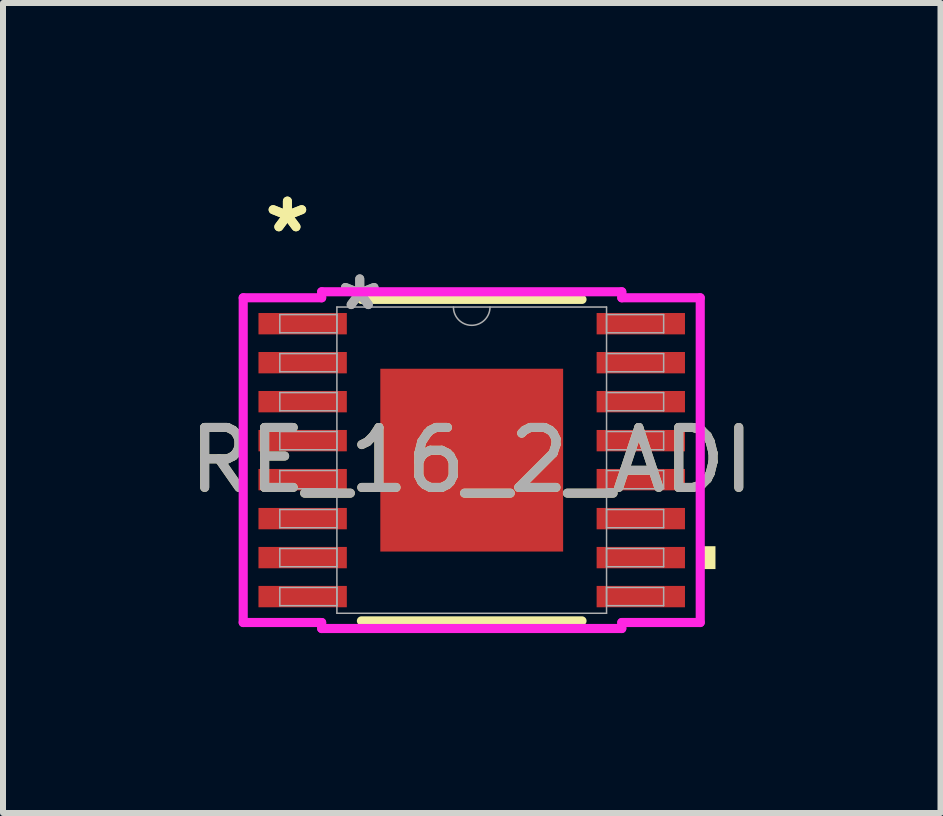
<source format=kicad_pcb>
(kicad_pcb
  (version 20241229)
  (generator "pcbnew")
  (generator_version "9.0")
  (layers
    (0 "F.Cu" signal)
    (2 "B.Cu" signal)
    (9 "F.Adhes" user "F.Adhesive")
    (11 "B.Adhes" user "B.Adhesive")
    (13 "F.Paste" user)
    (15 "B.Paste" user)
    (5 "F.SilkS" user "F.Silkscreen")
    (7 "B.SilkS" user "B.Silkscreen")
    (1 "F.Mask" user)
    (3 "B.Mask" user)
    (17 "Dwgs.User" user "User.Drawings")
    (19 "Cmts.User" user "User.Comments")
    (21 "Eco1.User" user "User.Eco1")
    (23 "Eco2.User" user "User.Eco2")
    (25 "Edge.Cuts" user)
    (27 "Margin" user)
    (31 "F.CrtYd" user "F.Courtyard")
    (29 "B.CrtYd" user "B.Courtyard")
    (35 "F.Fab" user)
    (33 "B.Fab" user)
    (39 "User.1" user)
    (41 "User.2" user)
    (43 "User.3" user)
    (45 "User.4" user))
  (footprint "RE_16_2_ADI"
    (layer "F.Cu")
    (at 4.815 4.622)
    (property "Reference" "RE_16_2_ADI" (at 0 0 0) (unlocked yes) (layer "F.SilkS") (effects (font (size 1 1) (thickness 0.15))))
    (attr smd)
    (fp_line (start -1.839 2.68) (end 1.839 2.68) (stroke (width 0.152) (type solid)) (layer "F.SilkS"))
    (fp_line (start 1.839 -2.68) (end -1.839 -2.68) (stroke (width 0.152) (type solid)) (layer "F.SilkS"))
    (fp_poly (pts (xy 4.064 1.435) (xy 4.064 1.816) (xy 3.81 1.816) (xy 3.81 1.435)) (stroke (width 0) (type solid)) (fill yes) (layer "F.SilkS"))
    (fp_poly (pts (xy -1.424 -1.424) (xy -1.424 -0.1) (xy -0.1 -0.1) (xy -0.1 -1.424)) (stroke (width 0) (type solid)) (fill yes) (layer "F.Paste"))
    (fp_poly (pts (xy -1.424 0.1) (xy -1.424 1.424) (xy -0.1 1.424) (xy -0.1 0.1)) (stroke (width 0) (type solid)) (fill yes) (layer "F.Paste"))
    (fp_poly (pts (xy 0.1 -1.424) (xy 0.1 -0.1) (xy 1.424 -0.1) (xy 1.424 -1.424)) (stroke (width 0) (type solid)) (fill yes) (layer "F.Paste"))
    (fp_poly (pts (xy 0.1 0.1) (xy 0.1 1.424) (xy 1.424 1.424) (xy 1.424 0.1)) (stroke (width 0) (type solid)) (fill yes) (layer "F.Paste"))
    (fp_line (start -3.81 -2.707) (end -2.502 -2.707) (stroke (width 0.152) (type solid)) (layer "F.CrtYd"))
    (fp_line (start -3.81 2.707) (end -3.81 -2.707) (stroke (width 0.152) (type solid)) (layer "F.CrtYd"))
    (fp_line (start -3.81 2.707) (end -2.502 2.707) (stroke (width 0.152) (type solid)) (layer "F.CrtYd"))
    (fp_line (start -2.502 -2.807) (end 2.502 -2.807) (stroke (width 0.152) (type solid)) (layer "F.CrtYd"))
    (fp_line (start -2.502 -2.707) (end -2.502 -2.807) (stroke (width 0.152) (type solid)) (layer "F.CrtYd"))
    (fp_line (start -2.502 2.807) (end -2.502 2.707) (stroke (width 0.152) (type solid)) (layer "F.CrtYd"))
    (fp_line (start 2.502 -2.807) (end 2.502 -2.707) (stroke (width 0.152) (type solid)) (layer "F.CrtYd"))
    (fp_line (start 2.502 2.707) (end 2.502 2.807) (stroke (width 0.152) (type solid)) (layer "F.CrtYd"))
    (fp_line (start 2.502 2.807) (end -2.502 2.807) (stroke (width 0.152) (type solid)) (layer "F.CrtYd"))
    (fp_line (start 3.81 -2.707) (end 2.502 -2.707) (stroke (width 0.152) (type solid)) (layer "F.CrtYd"))
    (fp_line (start 3.81 -2.707) (end 3.81 2.707) (stroke (width 0.152) (type solid)) (layer "F.CrtYd"))
    (fp_line (start 3.81 2.707) (end 2.502 2.707) (stroke (width 0.152) (type solid)) (layer "F.CrtYd"))
    (fp_line (start -3.2 -2.427) (end -3.2 -2.123) (stroke (width 0.025) (type solid)) (layer "F.Fab"))
    (fp_line (start -3.2 -2.123) (end -2.248 -2.123) (stroke (width 0.025) (type solid)) (layer "F.Fab"))
    (fp_line (start -3.2 -1.777) (end -3.2 -1.473) (stroke (width 0.025) (type solid)) (layer "F.Fab"))
    (fp_line (start -3.2 -1.473) (end -2.248 -1.473) (stroke (width 0.025) (type solid)) (layer "F.Fab"))
    (fp_line (start -3.2 -1.127) (end -3.2 -0.823) (stroke (width 0.025) (type solid)) (layer "F.Fab"))
    (fp_line (start -3.2 -0.823) (end -2.248 -0.823) (stroke (width 0.025) (type solid)) (layer "F.Fab"))
    (fp_line (start -3.2 -0.477) (end -3.2 -0.173) (stroke (width 0.025) (type solid)) (layer "F.Fab"))
    (fp_line (start -3.2 -0.173) (end -2.248 -0.173) (stroke (width 0.025) (type solid)) (layer "F.Fab"))
    (fp_line (start -3.2 0.173) (end -3.2 0.477) (stroke (width 0.025) (type solid)) (layer "F.Fab"))
    (fp_line (start -3.2 0.477) (end -2.248 0.477) (stroke (width 0.025) (type solid)) (layer "F.Fab"))
    (fp_line (start -3.2 0.823) (end -3.2 1.127) (stroke (width 0.025) (type solid)) (layer "F.Fab"))
    (fp_line (start -3.2 1.127) (end -2.248 1.127) (stroke (width 0.025) (type solid)) (layer "F.Fab"))
    (fp_line (start -3.2 1.473) (end -3.2 1.777) (stroke (width 0.025) (type solid)) (layer "F.Fab"))
    (fp_line (start -3.2 1.777) (end -2.248 1.777) (stroke (width 0.025) (type solid)) (layer "F.Fab"))
    (fp_line (start -3.2 2.123) (end -3.2 2.427) (stroke (width 0.025) (type solid)) (layer "F.Fab"))
    (fp_line (start -3.2 2.427) (end -2.248 2.427) (stroke (width 0.025) (type solid)) (layer "F.Fab"))
    (fp_line (start -2.248 -2.553) (end -2.248 2.553) (stroke (width 0.025) (type solid)) (layer "F.Fab"))
    (fp_line (start -2.248 -2.427) (end -3.2 -2.427) (stroke (width 0.025) (type solid)) (layer "F.Fab"))
    (fp_line (start -2.248 -2.123) (end -2.248 -2.427) (stroke (width 0.025) (type solid)) (layer "F.Fab"))
    (fp_line (start -2.248 -1.777) (end -3.2 -1.777) (stroke (width 0.025) (type solid)) (layer "F.Fab"))
    (fp_line (start -2.248 -1.473) (end -2.248 -1.777) (stroke (width 0.025) (type solid)) (layer "F.Fab"))
    (fp_line (start -2.248 -1.127) (end -3.2 -1.127) (stroke (width 0.025) (type solid)) (layer "F.Fab"))
    (fp_line (start -2.248 -0.823) (end -2.248 -1.127) (stroke (width 0.025) (type solid)) (layer "F.Fab"))
    (fp_line (start -2.248 -0.477) (end -3.2 -0.477) (stroke (width 0.025) (type solid)) (layer "F.Fab"))
    (fp_line (start -2.248 -0.173) (end -2.248 -0.477) (stroke (width 0.025) (type solid)) (layer "F.Fab"))
    (fp_line (start -2.248 0.173) (end -3.2 0.173) (stroke (width 0.025) (type solid)) (layer "F.Fab"))
    (fp_line (start -2.248 0.477) (end -2.248 0.173) (stroke (width 0.025) (type solid)) (layer "F.Fab"))
    (fp_line (start -2.248 0.823) (end -3.2 0.823) (stroke (width 0.025) (type solid)) (layer "F.Fab"))
    (fp_line (start -2.248 1.127) (end -2.248 0.823) (stroke (width 0.025) (type solid)) (layer "F.Fab"))
    (fp_line (start -2.248 1.473) (end -3.2 1.473) (stroke (width 0.025) (type solid)) (layer "F.Fab"))
    (fp_line (start -2.248 1.777) (end -2.248 1.473) (stroke (width 0.025) (type solid)) (layer "F.Fab"))
    (fp_line (start -2.248 2.123) (end -3.2 2.123) (stroke (width 0.025) (type solid)) (layer "F.Fab"))
    (fp_line (start -2.248 2.427) (end -2.248 2.123) (stroke (width 0.025) (type solid)) (layer "F.Fab"))
    (fp_line (start -2.248 2.553) (end 2.248 2.553) (stroke (width 0.025) (type solid)) (layer "F.Fab"))
    (fp_line (start 2.248 -2.553) (end -2.248 -2.553) (stroke (width 0.025) (type solid)) (layer "F.Fab"))
    (fp_line (start 2.248 -2.427) (end 2.248 -2.123) (stroke (width 0.025) (type solid)) (layer "F.Fab"))
    (fp_line (start 2.248 -2.123) (end 3.2 -2.123) (stroke (width 0.025) (type solid)) (layer "F.Fab"))
    (fp_line (start 2.248 -1.777) (end 2.248 -1.473) (stroke (width 0.025) (type solid)) (layer "F.Fab"))
    (fp_line (start 2.248 -1.473) (end 3.2 -1.473) (stroke (width 0.025) (type solid)) (layer "F.Fab"))
    (fp_line (start 2.248 -1.127) (end 2.248 -0.823) (stroke (width 0.025) (type solid)) (layer "F.Fab"))
    (fp_line (start 2.248 -0.823) (end 3.2 -0.823) (stroke (width 0.025) (type solid)) (layer "F.Fab"))
    (fp_line (start 2.248 -0.477) (end 2.248 -0.173) (stroke (width 0.025) (type solid)) (layer "F.Fab"))
    (fp_line (start 2.248 -0.173) (end 3.2 -0.173) (stroke (width 0.025) (type solid)) (layer "F.Fab"))
    (fp_line (start 2.248 0.173) (end 2.248 0.477) (stroke (width 0.025) (type solid)) (layer "F.Fab"))
    (fp_line (start 2.248 0.477) (end 3.2 0.477) (stroke (width 0.025) (type solid)) (layer "F.Fab"))
    (fp_line (start 2.248 0.823) (end 2.248 1.127) (stroke (width 0.025) (type solid)) (layer "F.Fab"))
    (fp_line (start 2.248 1.127) (end 3.2 1.127) (stroke (width 0.025) (type solid)) (layer "F.Fab"))
    (fp_line (start 2.248 1.473) (end 2.248 1.777) (stroke (width 0.025) (type solid)) (layer "F.Fab"))
    (fp_line (start 2.248 1.777) (end 3.2 1.777) (stroke (width 0.025) (type solid)) (layer "F.Fab"))
    (fp_line (start 2.248 2.123) (end 2.248 2.427) (stroke (width 0.025) (type solid)) (layer "F.Fab"))
    (fp_line (start 2.248 2.427) (end 3.2 2.427) (stroke (width 0.025) (type solid)) (layer "F.Fab"))
    (fp_line (start 2.248 2.553) (end 2.248 -2.553) (stroke (width 0.025) (type solid)) (layer "F.Fab"))
    (fp_line (start 3.2 -2.427) (end 2.248 -2.427) (stroke (width 0.025) (type solid)) (layer "F.Fab"))
    (fp_line (start 3.2 -2.123) (end 3.2 -2.427) (stroke (width 0.025) (type solid)) (layer "F.Fab"))
    (fp_line (start 3.2 -1.777) (end 2.248 -1.777) (stroke (width 0.025) (type solid)) (layer "F.Fab"))
    (fp_line (start 3.2 -1.473) (end 3.2 -1.777) (stroke (width 0.025) (type solid)) (layer "F.Fab"))
    (fp_line (start 3.2 -1.127) (end 2.248 -1.127) (stroke (width 0.025) (type solid)) (layer "F.Fab"))
    (fp_line (start 3.2 -0.823) (end 3.2 -1.127) (stroke (width 0.025) (type solid)) (layer "F.Fab"))
    (fp_line (start 3.2 -0.477) (end 2.248 -0.477) (stroke (width 0.025) (type solid)) (layer "F.Fab"))
    (fp_line (start 3.2 -0.173) (end 3.2 -0.477) (stroke (width 0.025) (type solid)) (layer "F.Fab"))
    (fp_line (start 3.2 0.173) (end 2.248 0.173) (stroke (width 0.025) (type solid)) (layer "F.Fab"))
    (fp_line (start 3.2 0.477) (end 3.2 0.173) (stroke (width 0.025) (type solid)) (layer "F.Fab"))
    (fp_line (start 3.2 0.823) (end 2.248 0.823) (stroke (width 0.025) (type solid)) (layer "F.Fab"))
    (fp_line (start 3.2 1.127) (end 3.2 0.823) (stroke (width 0.025) (type solid)) (layer "F.Fab"))
    (fp_line (start 3.2 1.473) (end 2.248 1.473) (stroke (width 0.025) (type solid)) (layer "F.Fab"))
    (fp_line (start 3.2 1.777) (end 3.2 1.473) (stroke (width 0.025) (type solid)) (layer "F.Fab"))
    (fp_line (start 3.2 2.123) (end 2.248 2.123) (stroke (width 0.025) (type solid)) (layer "F.Fab"))
    (fp_line (start 3.2 2.427) (end 3.2 2.123) (stroke (width 0.025) (type solid)) (layer "F.Fab"))
    (fp_arc (start 0.3048 -2.5527) (mid 0 -2.2479) (end -0.3048 -2.5527) (stroke (width 0.0254) (type solid)) (layer "F.Fab"))
    (fp_text user "*" (at -3.073 -3.774 0) (layer "F.SilkS") (effects (font (size 1 1) (thickness 0.15))))
    (fp_text user "*" (at -3.073 -3.774 0) (unlocked yes) (layer "F.SilkS") (effects (font (size 1 1) (thickness 0.15))))
    (fp_text user "*" (at -1.867 -2.477 0) (unlocked yes) (layer "F.Fab") (effects (font (size 1 1) (thickness 0.15))))
    (fp_text user "${REFERENCE}" (at 0 0 0) (unlocked yes) (layer "F.Fab") (effects (font (size 1 1) (thickness 0.15))))
    (fp_text user "*" (at -1.867 -2.477 0) (layer "F.Fab") (effects (font (size 1 1) (thickness 0.15))))
    (pad "1" smd rect (at -2.819 -2.275) (size 1.473 0.356) (layers "F.Cu" "F.Mask" "F.Paste"))
    (pad "2" smd rect (at -2.819 -1.625) (size 1.473 0.356) (layers "F.Cu" "F.Mask" "F.Paste"))
    (pad "3" smd rect (at -2.819 -0.975) (size 1.473 0.356) (layers "F.Cu" "F.Mask" "F.Paste"))
    (pad "4" smd rect (at -2.819 -0.325) (size 1.473 0.356) (layers "F.Cu" "F.Mask" "F.Paste"))
    (pad "5" smd rect (at -2.819 0.325) (size 1.473 0.356) (layers "F.Cu" "F.Mask" "F.Paste"))
    (pad "6" smd rect (at -2.819 0.975) (size 1.473 0.356) (layers "F.Cu" "F.Mask" "F.Paste"))
    (pad "7" smd rect (at -2.819 1.625) (size 1.473 0.356) (layers "F.Cu" "F.Mask" "F.Paste"))
    (pad "8" smd rect (at -2.819 2.275) (size 1.473 0.356) (layers "F.Cu" "F.Mask" "F.Paste"))
    (pad "9" smd rect (at 2.819 2.275) (size 1.473 0.356) (layers "F.Cu" "F.Mask" "F.Paste"))
    (pad "10" smd rect (at 2.819 1.625) (size 1.473 0.356) (layers "F.Cu" "F.Mask" "F.Paste"))
    (pad "11" smd rect (at 2.819 0.975) (size 1.473 0.356) (layers "F.Cu" "F.Mask" "F.Paste"))
    (pad "12" smd rect (at 2.819 0.325) (size 1.473 0.356) (layers "F.Cu" "F.Mask" "F.Paste"))
    (pad "13" smd rect (at 2.819 -0.325) (size 1.473 0.356) (layers "F.Cu" "F.Mask" "F.Paste"))
    (pad "14" smd rect (at 2.819 -0.975) (size 1.473 0.356) (layers "F.Cu" "F.Mask" "F.Paste"))
    (pad "15" smd rect (at 2.819 -1.625) (size 1.473 0.356) (layers "F.Cu" "F.Mask" "F.Paste"))
    (pad "16" smd rect (at 2.819 -2.275) (size 1.473 0.356) (layers "F.Cu" "F.Mask" "F.Paste"))
    (pad "EPAD" smd rect (at 0 0) (size 3.048 3.048) (layers "F.Cu" "F.Mask")))
  (gr_rect
    (start -3 -3)
    (end 12.631 10.505)
    (stroke (width 0.1) (type default))
    (fill no)
    (layer "Edge.Cuts")))
</source>
